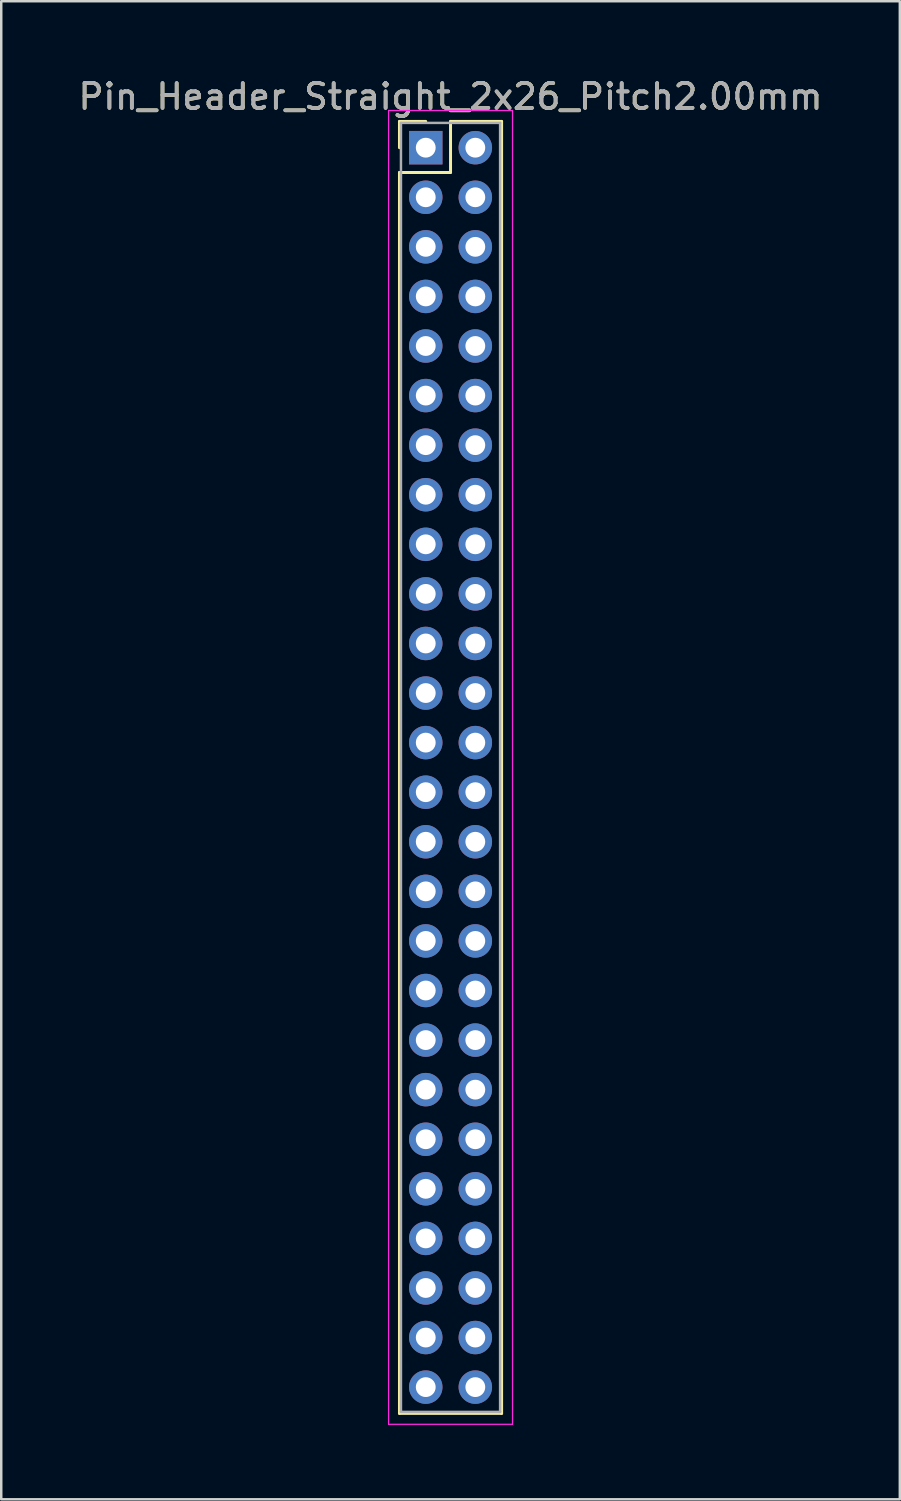
<source format=kicad_pcb>
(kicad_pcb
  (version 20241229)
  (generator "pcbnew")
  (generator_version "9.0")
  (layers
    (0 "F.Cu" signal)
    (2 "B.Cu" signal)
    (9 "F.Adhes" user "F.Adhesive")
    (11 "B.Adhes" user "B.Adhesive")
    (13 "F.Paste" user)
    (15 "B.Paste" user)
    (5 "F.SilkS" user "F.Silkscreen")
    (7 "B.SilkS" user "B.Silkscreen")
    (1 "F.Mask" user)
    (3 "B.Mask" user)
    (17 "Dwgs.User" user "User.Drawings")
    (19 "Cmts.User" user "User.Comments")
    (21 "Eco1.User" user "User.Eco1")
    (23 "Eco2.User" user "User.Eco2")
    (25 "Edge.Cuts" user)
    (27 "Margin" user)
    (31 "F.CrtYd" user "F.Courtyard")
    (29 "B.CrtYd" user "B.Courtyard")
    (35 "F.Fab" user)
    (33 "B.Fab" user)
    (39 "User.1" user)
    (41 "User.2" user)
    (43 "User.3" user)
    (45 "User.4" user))
  (footprint "Pin_Header_Straight_2x26_Pitch2.00mm"
    (layer "F.Cu")
    (at 14.125 2.908)
    (property "Reference" "Pin_Header_Straight_2x26_Pitch2.00mm" (at 1 -2.06 0) (layer "F.SilkS") (effects (font (size 1 1) (thickness 0.15))))
    (attr through_hole)
    (fp_line (start -1.06 -1.06) (end 0 -1.06) (stroke (width 0.12) (type solid)) (layer "F.SilkS"))
    (fp_line (start -1.06 0) (end -1.06 -1.06) (stroke (width 0.12) (type solid)) (layer "F.SilkS"))
    (fp_line (start -1.06 1) (end -1.06 51.06) (stroke (width 0.12) (type solid)) (layer "F.SilkS"))
    (fp_line (start -1.06 51.06) (end 3.06 51.06) (stroke (width 0.12) (type solid)) (layer "F.SilkS"))
    (fp_line (start 1 -1.06) (end 1 1) (stroke (width 0.12) (type solid)) (layer "F.SilkS"))
    (fp_line (start 1 1) (end -1.06 1) (stroke (width 0.12) (type solid)) (layer "F.SilkS"))
    (fp_line (start 3.06 -1.06) (end 1 -1.06) (stroke (width 0.12) (type solid)) (layer "F.SilkS"))
    (fp_line (start 3.06 51.06) (end 3.06 -1.06) (stroke (width 0.12) (type solid)) (layer "F.SilkS"))
    (fp_line (start -1.5 -1.5) (end -1.5 51.5) (stroke (width 0.05) (type solid)) (layer "F.CrtYd"))
    (fp_line (start -1.5 51.5) (end 3.5 51.5) (stroke (width 0.05) (type solid)) (layer "F.CrtYd"))
    (fp_line (start 3.5 -1.5) (end -1.5 -1.5) (stroke (width 0.05) (type solid)) (layer "F.CrtYd"))
    (fp_line (start 3.5 51.5) (end 3.5 -1.5) (stroke (width 0.05) (type solid)) (layer "F.CrtYd"))
    (fp_line (start -1 -1) (end -1 51) (stroke (width 0.1) (type solid)) (layer "F.Fab"))
    (fp_line (start -1 51) (end 3 51) (stroke (width 0.1) (type solid)) (layer "F.Fab"))
    (fp_line (start 3 -1) (end -1 -1) (stroke (width 0.1) (type solid)) (layer "F.Fab"))
    (fp_line (start 3 51) (end 3 -1) (stroke (width 0.1) (type solid)) (layer "F.Fab"))
    (fp_text user "${REFERENCE}" (at 1 -2.06 0) (layer "F.Fab") (effects (font (size 1 1) (thickness 0.15))))
    (pad "1" thru_hole rect (at 0 0) (size 1.35 1.35) (drill 0.8) (layers "*.Cu" "*.Mask"))
    (pad "2" thru_hole oval (at 2 0) (size 1.35 1.35) (drill 0.8) (layers "*.Cu" "*.Mask"))
    (pad "3" thru_hole oval (at 0 2) (size 1.35 1.35) (drill 0.8) (layers "*.Cu" "*.Mask"))
    (pad "4" thru_hole oval (at 2 2) (size 1.35 1.35) (drill 0.8) (layers "*.Cu" "*.Mask"))
    (pad "5" thru_hole oval (at 0 4) (size 1.35 1.35) (drill 0.8) (layers "*.Cu" "*.Mask"))
    (pad "6" thru_hole oval (at 2 4) (size 1.35 1.35) (drill 0.8) (layers "*.Cu" "*.Mask"))
    (pad "7" thru_hole oval (at 0 6) (size 1.35 1.35) (drill 0.8) (layers "*.Cu" "*.Mask"))
    (pad "8" thru_hole oval (at 2 6) (size 1.35 1.35) (drill 0.8) (layers "*.Cu" "*.Mask"))
    (pad "9" thru_hole oval (at 0 8) (size 1.35 1.35) (drill 0.8) (layers "*.Cu" "*.Mask"))
    (pad "10" thru_hole oval (at 2 8) (size 1.35 1.35) (drill 0.8) (layers "*.Cu" "*.Mask"))
    (pad "11" thru_hole oval (at 0 10) (size 1.35 1.35) (drill 0.8) (layers "*.Cu" "*.Mask"))
    (pad "12" thru_hole oval (at 2 10) (size 1.35 1.35) (drill 0.8) (layers "*.Cu" "*.Mask"))
    (pad "13" thru_hole oval (at 0 12) (size 1.35 1.35) (drill 0.8) (layers "*.Cu" "*.Mask"))
    (pad "14" thru_hole oval (at 2 12) (size 1.35 1.35) (drill 0.8) (layers "*.Cu" "*.Mask"))
    (pad "15" thru_hole oval (at 0 14) (size 1.35 1.35) (drill 0.8) (layers "*.Cu" "*.Mask"))
    (pad "16" thru_hole oval (at 2 14) (size 1.35 1.35) (drill 0.8) (layers "*.Cu" "*.Mask"))
    (pad "17" thru_hole oval (at 0 16) (size 1.35 1.35) (drill 0.8) (layers "*.Cu" "*.Mask"))
    (pad "18" thru_hole oval (at 2 16) (size 1.35 1.35) (drill 0.8) (layers "*.Cu" "*.Mask"))
    (pad "19" thru_hole oval (at 0 18) (size 1.35 1.35) (drill 0.8) (layers "*.Cu" "*.Mask"))
    (pad "20" thru_hole oval (at 2 18) (size 1.35 1.35) (drill 0.8) (layers "*.Cu" "*.Mask"))
    (pad "21" thru_hole oval (at 0 20) (size 1.35 1.35) (drill 0.8) (layers "*.Cu" "*.Mask"))
    (pad "22" thru_hole oval (at 2 20) (size 1.35 1.35) (drill 0.8) (layers "*.Cu" "*.Mask"))
    (pad "23" thru_hole oval (at 0 22) (size 1.35 1.35) (drill 0.8) (layers "*.Cu" "*.Mask"))
    (pad "24" thru_hole oval (at 2 22) (size 1.35 1.35) (drill 0.8) (layers "*.Cu" "*.Mask"))
    (pad "25" thru_hole oval (at 0 24) (size 1.35 1.35) (drill 0.8) (layers "*.Cu" "*.Mask"))
    (pad "26" thru_hole oval (at 2 24) (size 1.35 1.35) (drill 0.8) (layers "*.Cu" "*.Mask"))
    (pad "27" thru_hole oval (at 0 26) (size 1.35 1.35) (drill 0.8) (layers "*.Cu" "*.Mask"))
    (pad "28" thru_hole oval (at 2 26) (size 1.35 1.35) (drill 0.8) (layers "*.Cu" "*.Mask"))
    (pad "29" thru_hole oval (at 0 28) (size 1.35 1.35) (drill 0.8) (layers "*.Cu" "*.Mask"))
    (pad "30" thru_hole oval (at 2 28) (size 1.35 1.35) (drill 0.8) (layers "*.Cu" "*.Mask"))
    (pad "31" thru_hole oval (at 0 30) (size 1.35 1.35) (drill 0.8) (layers "*.Cu" "*.Mask"))
    (pad "32" thru_hole oval (at 2 30) (size 1.35 1.35) (drill 0.8) (layers "*.Cu" "*.Mask"))
    (pad "33" thru_hole oval (at 0 32) (size 1.35 1.35) (drill 0.8) (layers "*.Cu" "*.Mask"))
    (pad "34" thru_hole oval (at 2 32) (size 1.35 1.35) (drill 0.8) (layers "*.Cu" "*.Mask"))
    (pad "35" thru_hole oval (at 0 34) (size 1.35 1.35) (drill 0.8) (layers "*.Cu" "*.Mask"))
    (pad "36" thru_hole oval (at 2 34) (size 1.35 1.35) (drill 0.8) (layers "*.Cu" "*.Mask"))
    (pad "37" thru_hole oval (at 0 36) (size 1.35 1.35) (drill 0.8) (layers "*.Cu" "*.Mask"))
    (pad "38" thru_hole oval (at 2 36) (size 1.35 1.35) (drill 0.8) (layers "*.Cu" "*.Mask"))
    (pad "39" thru_hole oval (at 0 38) (size 1.35 1.35) (drill 0.8) (layers "*.Cu" "*.Mask"))
    (pad "40" thru_hole oval (at 2 38) (size 1.35 1.35) (drill 0.8) (layers "*.Cu" "*.Mask"))
    (pad "41" thru_hole oval (at 0 40) (size 1.35 1.35) (drill 0.8) (layers "*.Cu" "*.Mask"))
    (pad "42" thru_hole oval (at 2 40) (size 1.35 1.35) (drill 0.8) (layers "*.Cu" "*.Mask"))
    (pad "43" thru_hole oval (at 0 42) (size 1.35 1.35) (drill 0.8) (layers "*.Cu" "*.Mask"))
    (pad "44" thru_hole oval (at 2 42) (size 1.35 1.35) (drill 0.8) (layers "*.Cu" "*.Mask"))
    (pad "45" thru_hole oval (at 0 44) (size 1.35 1.35) (drill 0.8) (layers "*.Cu" "*.Mask"))
    (pad "46" thru_hole oval (at 2 44) (size 1.35 1.35) (drill 0.8) (layers "*.Cu" "*.Mask"))
    (pad "47" thru_hole oval (at 0 46) (size 1.35 1.35) (drill 0.8) (layers "*.Cu" "*.Mask"))
    (pad "48" thru_hole oval (at 2 46) (size 1.35 1.35) (drill 0.8) (layers "*.Cu" "*.Mask"))
    (pad "49" thru_hole oval (at 0 48) (size 1.35 1.35) (drill 0.8) (layers "*.Cu" "*.Mask"))
    (pad "50" thru_hole oval (at 2 48) (size 1.35 1.35) (drill 0.8) (layers "*.Cu" "*.Mask"))
    (pad "51" thru_hole oval (at 0 50) (size 1.35 1.35) (drill 0.8) (layers "*.Cu" "*.Mask"))
    (pad "52" thru_hole oval (at 2 50) (size 1.35 1.35) (drill 0.8) (layers "*.Cu" "*.Mask")))
  (gr_rect
    (start -3 -3)
    (end 33.25 57.433)
    (stroke (width 0.1) (type default))
    (fill no)
    (layer "Edge.Cuts")))
</source>
